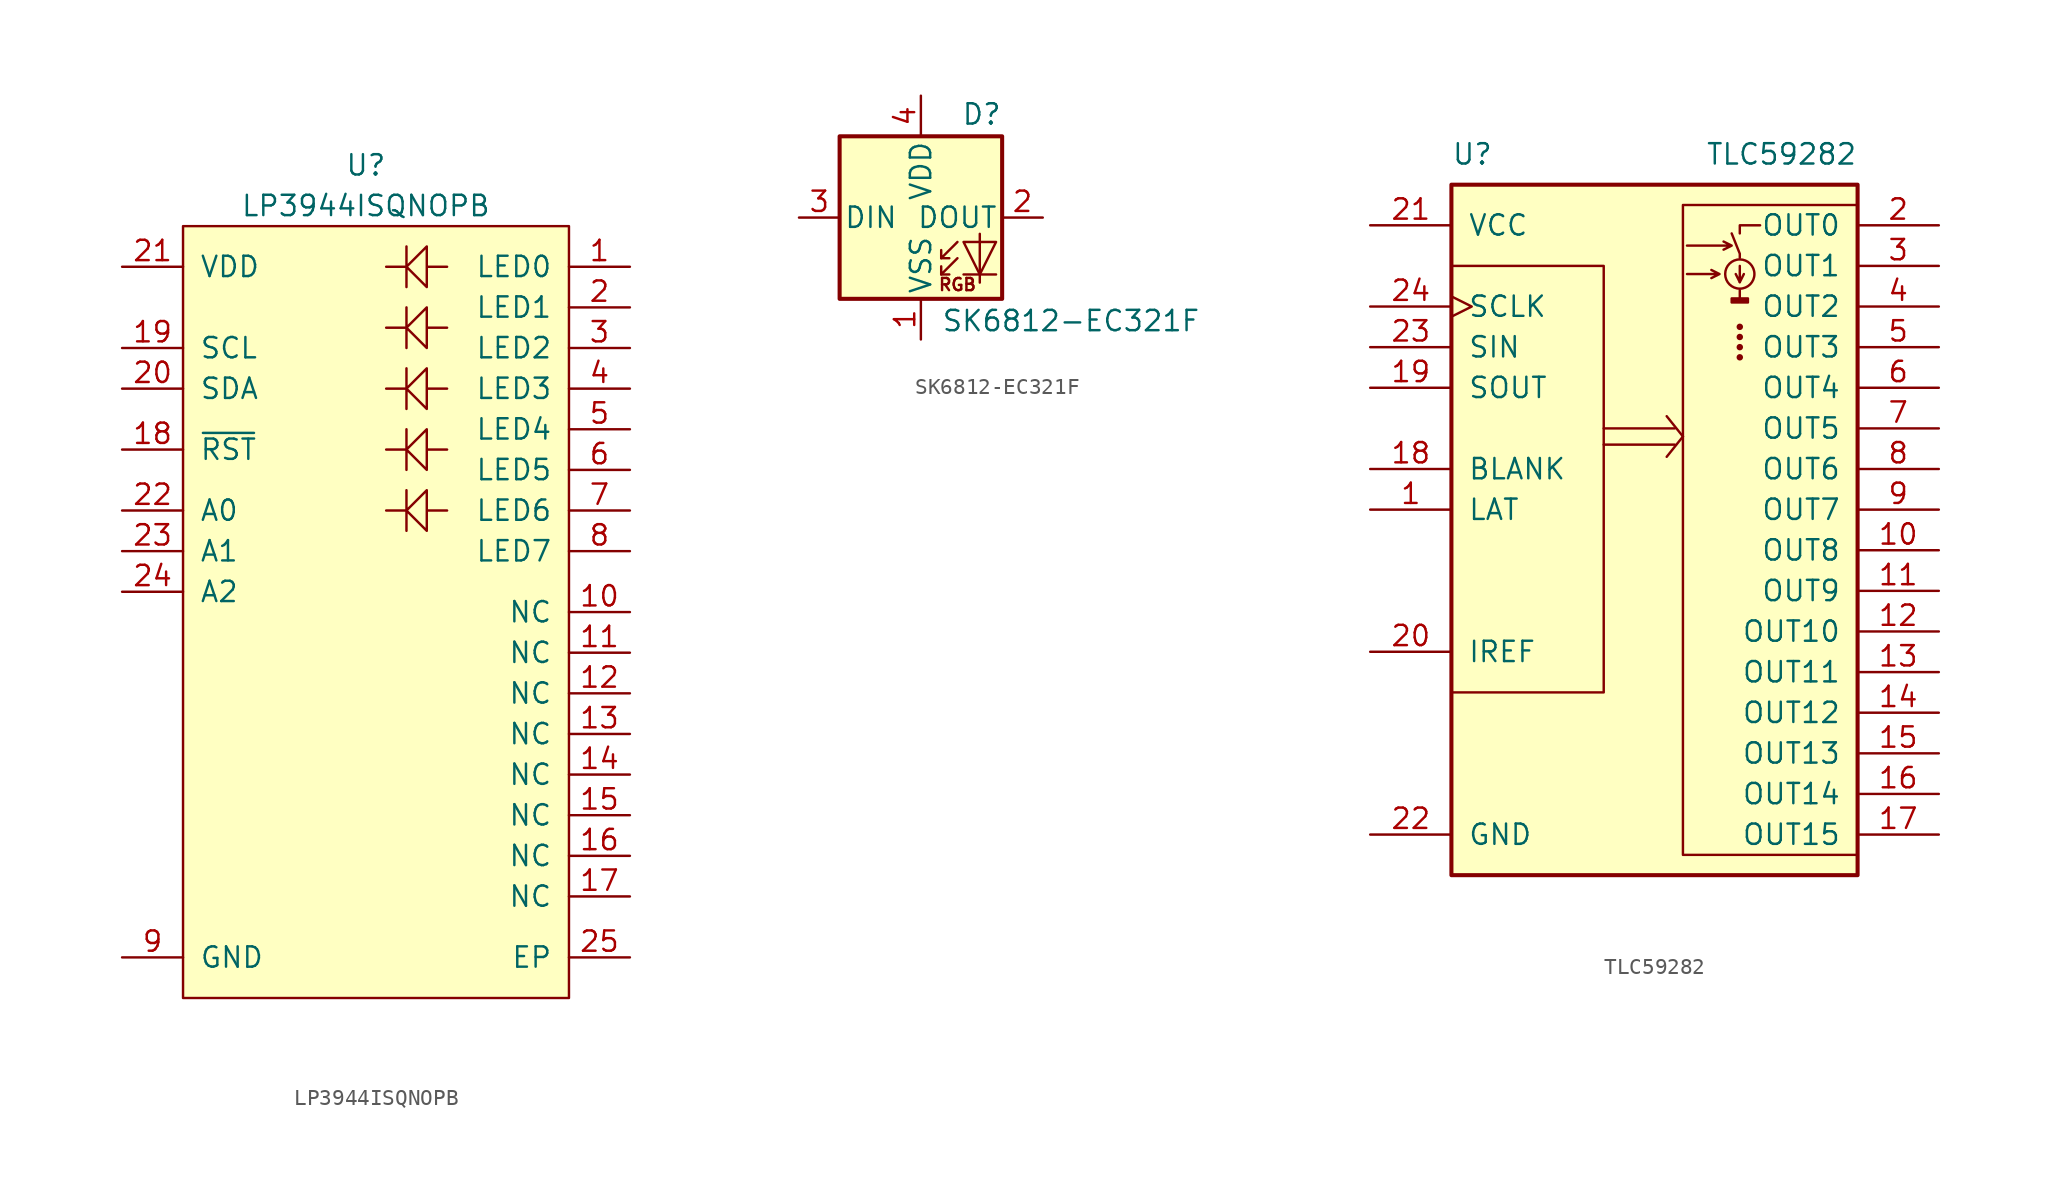
<source format=kicad_sym>
(kicad_symbol_lib
  (version 20211014)
  (generator kicad_symbol_editor)
  (symbol "LP3944ISQNOPB"
    (pin_names
      (offset 1.016))
    (property "Reference" "U"
      (at 0 3.81 0)
      (effects (font (size 1.27 1.27))))
    (property "Value" "LP3944ISQNOPB"
      (at 0 1.27 0)
      (effects (font (size 1.27 1.27))))
    (symbol "LP3944ISQNOPB_0_1"
      (rectangle (start -11.43 0) (end 12.7 -48.26) (stroke (width 0) (type default) (color 0 0 0 0)) (fill (type background)))
      (polyline (pts (xy 5.08 -2.54) (xy 3.81 -2.54) (xy 3.81 -1.27) (xy 3.81 -3.81) (xy 2.54 -2.54) (xy 3.81 -1.27) (xy 2.54 -2.54) (xy 2.54 -1.27) (xy 2.54 -3.81) (xy 2.54 -2.54) (xy 1.27 -2.54)) (stroke (width 0) (type default) (color 0 0 0 0)) (fill (type none))))
    (symbol "LP3944ISQNOPB_1_1"
      (polyline (pts (xy 5.08 -17.78) (xy 3.81 -17.78) (xy 3.81 -16.51) (xy 3.81 -19.05) (xy 2.54 -17.78) (xy 3.81 -16.51) (xy 2.54 -17.78) (xy 2.54 -16.51) (xy 2.54 -19.05) (xy 2.54 -17.78) (xy 1.27 -17.78)) (stroke (width 0) (type default) (color 0 0 0 0)) (fill (type none)))
      (polyline (pts (xy 5.08 -13.97) (xy 3.81 -13.97) (xy 3.81 -12.7) (xy 3.81 -15.24) (xy 2.54 -13.97) (xy 3.81 -12.7) (xy 2.54 -13.97) (xy 2.54 -12.7) (xy 2.54 -15.24) (xy 2.54 -13.97) (xy 1.27 -13.97)) (stroke (width 0) (type default) (color 0 0 0 0)) (fill (type none)))
      (polyline (pts (xy 5.08 -10.16) (xy 3.81 -10.16) (xy 3.81 -8.89) (xy 3.81 -11.43) (xy 2.54 -10.16) (xy 3.81 -8.89) (xy 2.54 -10.16) (xy 2.54 -8.89) (xy 2.54 -11.43) (xy 2.54 -10.16) (xy 1.27 -10.16)) (stroke (width 0) (type default) (color 0 0 0 0)) (fill (type none)))
      (polyline (pts (xy 5.08 -6.35) (xy 3.81 -6.35) (xy 3.81 -5.08) (xy 3.81 -7.62) (xy 2.54 -6.35) (xy 3.81 -5.08) (xy 2.54 -6.35) (xy 2.54 -5.08) (xy 2.54 -7.62) (xy 2.54 -6.35) (xy 1.27 -6.35)) (stroke (width 0) (type default) (color 0 0 0 0)) (fill (type none)))
      (pin passive line (at 16.51 -2.54 180) (length 3.81) (name "LED0" (effects (font (size 1.27 1.27)))) (number "1" (effects (font (size 1.27 1.27)))))
      (pin passive line (at 16.51 -24.13 180) (length 3.81) (name "NC" (effects (font (size 1.27 1.27)))) (number "10" (effects (font (size 1.27 1.27)))))
      (pin passive line (at 16.51 -26.67 180) (length 3.81) (name "NC" (effects (font (size 1.27 1.27)))) (number "11" (effects (font (size 1.27 1.27)))))
      (pin passive line (at 16.51 -29.21 180) (length 3.81) (name "NC" (effects (font (size 1.27 1.27)))) (number "12" (effects (font (size 1.27 1.27)))))
      (pin passive line (at 16.51 -31.75 180) (length 3.81) (name "NC" (effects (font (size 1.27 1.27)))) (number "13" (effects (font (size 1.27 1.27)))))
      (pin passive line (at 16.51 -34.29 180) (length 3.81) (name "NC" (effects (font (size 1.27 1.27)))) (number "14" (effects (font (size 1.27 1.27)))))
      (pin passive line (at 16.51 -36.83 180) (length 3.81) (name "NC" (effects (font (size 1.27 1.27)))) (number "15" (effects (font (size 1.27 1.27)))))
      (pin passive line (at 16.51 -39.37 180) (length 3.81) (name "NC" (effects (font (size 1.27 1.27)))) (number "16" (effects (font (size 1.27 1.27)))))
      (pin passive line (at 16.51 -41.91 180) (length 3.81) (name "NC" (effects (font (size 1.27 1.27)))) (number "17" (effects (font (size 1.27 1.27)))))
      (pin passive line (at -15.24 -13.97 0) (length 3.81) (name "~{RST}" (effects (font (size 1.27 1.27)))) (number "18" (effects (font (size 1.27 1.27)))))
      (pin passive line (at -15.24 -7.62 0) (length 3.81) (name "SCL" (effects (font (size 1.27 1.27)))) (number "19" (effects (font (size 1.27 1.27)))))
      (pin passive line (at 16.51 -5.08 180) (length 3.81) (name "LED1" (effects (font (size 1.27 1.27)))) (number "2" (effects (font (size 1.27 1.27)))))
      (pin passive line (at -15.24 -10.16 0) (length 3.81) (name "SDA" (effects (font (size 1.27 1.27)))) (number "20" (effects (font (size 1.27 1.27)))))
      (pin passive line (at -15.24 -2.54 0) (length 3.81) (name "VDD" (effects (font (size 1.27 1.27)))) (number "21" (effects (font (size 1.27 1.27)))))
      (pin passive line (at -15.24 -17.78 0) (length 3.81) (name "A0" (effects (font (size 1.27 1.27)))) (number "22" (effects (font (size 1.27 1.27)))))
      (pin passive line (at -15.24 -20.32 0) (length 3.81) (name "A1" (effects (font (size 1.27 1.27)))) (number "23" (effects (font (size 1.27 1.27)))))
      (pin passive line (at -15.24 -22.86 0) (length 3.81) (name "A2" (effects (font (size 1.27 1.27)))) (number "24" (effects (font (size 1.27 1.27)))))
      (pin passive line (at 16.51 -45.72 180) (length 3.81) (name "EP" (effects (font (size 1.27 1.27)))) (number "25" (effects (font (size 1.27 1.27)))))
      (pin passive line (at 16.51 -7.62 180) (length 3.81) (name "LED2" (effects (font (size 1.27 1.27)))) (number "3" (effects (font (size 1.27 1.27)))))
      (pin passive line (at 16.51 -10.16 180) (length 3.81) (name "LED3" (effects (font (size 1.27 1.27)))) (number "4" (effects (font (size 1.27 1.27)))))
      (pin passive line (at 16.51 -12.7 180) (length 3.81) (name "LED4" (effects (font (size 1.27 1.27)))) (number "5" (effects (font (size 1.27 1.27)))))
      (pin passive line (at 16.51 -15.24 180) (length 3.81) (name "LED5" (effects (font (size 1.27 1.27)))) (number "6" (effects (font (size 1.27 1.27)))))
      (pin passive line (at 16.51 -17.78 180) (length 3.81) (name "LED6" (effects (font (size 1.27 1.27)))) (number "7" (effects (font (size 1.27 1.27)))))
      (pin passive line (at 16.51 -20.32 180) (length 3.81) (name "LED7" (effects (font (size 1.27 1.27)))) (number "8" (effects (font (size 1.27 1.27)))))
      (pin passive line (at -15.24 -45.72 0) (length 3.81) (name "GND" (effects (font (size 1.27 1.27)))) (number "9" (effects (font (size 1.27 1.27)))))))
  (symbol "SK6812-EC321F"
    (pin_names
      (offset 0.254))
    (property "Reference" "D"
      (at 5.08 5.715 0)
      (effects (font (size 1.27 1.27)) (justify right bottom)))
    (property "Value" "SK6812-EC321F"
      (at 1.27 -5.715 0)
      (effects (font (size 1.27 1.27)) (justify left top)))
    (symbol "SK6812-EC321F_0_0"
      (text "RGB" (at 2.286 -4.191 0) (effects (font (size 0.762 0.762)))))
    (symbol "SK6812-EC321F_0_1"
      (polyline (pts (xy 1.27 -3.556) (xy 1.778 -3.556)) (stroke (width 0) (type default) (color 0 0 0 0)) (fill (type none)))
      (polyline (pts (xy 1.27 -2.54) (xy 1.778 -2.54)) (stroke (width 0) (type default) (color 0 0 0 0)) (fill (type none)))
      (polyline (pts (xy 4.699 -3.556) (xy 2.667 -3.556)) (stroke (width 0) (type default) (color 0 0 0 0)) (fill (type none)))
      (polyline (pts (xy 2.286 -2.54) (xy 1.27 -3.556) (xy 1.27 -3.048)) (stroke (width 0) (type default) (color 0 0 0 0)) (fill (type none)))
      (polyline (pts (xy 2.286 -1.524) (xy 1.27 -2.54) (xy 1.27 -2.032)) (stroke (width 0) (type default) (color 0 0 0 0)) (fill (type none)))
      (polyline (pts (xy 3.683 -1.016) (xy 3.683 -3.556) (xy 3.683 -4.064)) (stroke (width 0) (type default) (color 0 0 0 0)) (fill (type none)))
      (polyline (pts (xy 4.699 -1.524) (xy 2.667 -1.524) (xy 3.683 -3.556) (xy 4.699 -1.524)) (stroke (width 0) (type default) (color 0 0 0 0)) (fill (type none)))
      (rectangle (start 5.08 5.08) (end -5.08 -5.08) (stroke (width 0.254) (type default) (color 0 0 0 0)) (fill (type background))))
    (symbol "SK6812-EC321F_1_1"
      (pin power_in line (at 0 -7.62 90) (length 2.54) (name "VSS" (effects (font (size 1.27 1.27)))) (number "1" (effects (font (size 1.27 1.27)))))
      (pin output line (at 7.62 0 180) (length 2.54) (name "DOUT" (effects (font (size 1.27 1.27)))) (number "2" (effects (font (size 1.27 1.27)))))
      (pin input line (at -7.62 0 0) (length 2.54) (name "DIN" (effects (font (size 1.27 1.27)))) (number "3" (effects (font (size 1.27 1.27)))))
      (pin power_in line (at 0 7.62 270) (length 2.54) (name "VDD" (effects (font (size 1.27 1.27)))) (number "4" (effects (font (size 1.27 1.27)))))))
  (symbol "TLC59282"
    (pin_names
      (offset 1.016))
    (property "Reference" "U"
      (at -12.7 22.225 0)
      (effects (font (size 1.27 1.27)) (justify left)))
    (property "Value" "TLC59282"
      (at 12.7 22.225 0)
      (effects (font (size 1.27 1.27)) (justify right)))
    (symbol "TLC59282_0_1"
      (rectangle (start -12.7 15.24) (end -3.175 -11.43) (stroke (width 0) (type default) (color 0 0 0 0)) (fill (type none)))
      (rectangle (start -12.7 20.32) (end 12.7 -22.86) (stroke (width 0.254) (type default) (color 0 0 0 0)) (fill (type background)))
      (polyline (pts (xy -3.175 5.08) (xy 1.27 5.08)) (stroke (width 0) (type default) (color 0 0 0 0)) (fill (type none)))
      (polyline (pts (xy 1.27 4.064) (xy -3.175 4.064)) (stroke (width 0) (type default) (color 0 0 0 0)) (fill (type none)))
      (polyline (pts (xy 1.778 4.572) (xy 0.762 3.302)) (stroke (width 0) (type default) (color 0 0 0 0)) (fill (type none)))
      (polyline (pts (xy 1.778 4.572) (xy 0.762 5.842)) (stroke (width 0) (type default) (color 0 0 0 0)) (fill (type none)))
      (polyline (pts (xy 5.334 13.716) (xy 5.334 13.208)) (stroke (width 0) (type default) (color 0 0 0 0)) (fill (type none)))
      (polyline (pts (xy 5.334 14.224) (xy 5.588 14.732)) (stroke (width 0) (type default) (color 0 0 0 0)) (fill (type none)))
      (polyline (pts (xy 5.334 15.24) (xy 5.334 14.224) (xy 5.08 14.732)) (stroke (width 0) (type default) (color 0 0 0 0)) (fill (type none)))
      (polyline (pts (xy 5.334 15.748) (xy 5.334 16.002) (xy 4.826 17.272)) (stroke (width 0) (type default) (color 0 0 0 0)) (fill (type none)))
      (polyline (pts (xy 5.334 17.272) (xy 5.334 17.78) (xy 6.604 17.78)) (stroke (width 0) (type default) (color 0 0 0 0)) (fill (type none)))
      (polyline (pts (xy 2.032 14.732) (xy 4.064 14.732) (xy 3.556 14.986) (xy 4.064 14.732) (xy 3.556 14.478)) (stroke (width 0) (type default) (color 0 0 0 0)) (fill (type none)))
      (polyline (pts (xy 2.032 16.51) (xy 4.826 16.51) (xy 4.318 16.764) (xy 4.826 16.51) (xy 4.318 16.256)) (stroke (width 0) (type default) (color 0 0 0 0)) (fill (type none)))
      (rectangle (start 1.778 19.05) (end 12.7 -21.59) (stroke (width 0) (type default) (color 0 0 0 0)) (fill (type none)))
      (rectangle (start 4.826 13.208) (end 5.842 12.954) (stroke (width 0) (type default) (color 0 0 0 0)) (fill (type outline)))
      (circle (center 5.334 9.525) (radius 0.127) (stroke (width 0) (type default) (color 0 0 0 0)) (fill (type outline)))
      (circle (center 5.334 10.16) (radius 0.127) (stroke (width 0) (type default) (color 0 0 0 0)) (fill (type outline)))
      (circle (center 5.334 10.795) (radius 0.127) (stroke (width 0) (type default) (color 0 0 0 0)) (fill (type outline)))
      (circle (center 5.334 11.43) (radius 0.127) (stroke (width 0) (type default) (color 0 0 0 0)) (fill (type outline)))
      (circle (center 5.334 14.732) (radius 0.914) (stroke (width 0) (type default) (color 0 0 0 0)) (fill (type none))))
    (symbol "TLC59282_1_1"
      (pin input line (at -17.78 0 0) (length 5.08) (name "LAT" (effects (font (size 1.27 1.27)))) (number "1" (effects (font (size 1.27 1.27)))))
      (pin open_collector line (at 17.78 -2.54 180) (length 5.08) (name "OUT8" (effects (font (size 1.27 1.27)))) (number "10" (effects (font (size 1.27 1.27)))))
      (pin open_collector line (at 17.78 -5.08 180) (length 5.08) (name "OUT9" (effects (font (size 1.27 1.27)))) (number "11" (effects (font (size 1.27 1.27)))))
      (pin open_collector line (at 17.78 -7.62 180) (length 5.08) (name "OUT10" (effects (font (size 1.27 1.27)))) (number "12" (effects (font (size 1.27 1.27)))))
      (pin open_collector line (at 17.78 -10.16 180) (length 5.08) (name "OUT11" (effects (font (size 1.27 1.27)))) (number "13" (effects (font (size 1.27 1.27)))))
      (pin open_collector line (at 17.78 -12.7 180) (length 5.08) (name "OUT12" (effects (font (size 1.27 1.27)))) (number "14" (effects (font (size 1.27 1.27)))))
      (pin open_collector line (at 17.78 -15.24 180) (length 5.08) (name "OUT13" (effects (font (size 1.27 1.27)))) (number "15" (effects (font (size 1.27 1.27)))))
      (pin open_collector line (at 17.78 -17.78 180) (length 5.08) (name "OUT14" (effects (font (size 1.27 1.27)))) (number "16" (effects (font (size 1.27 1.27)))))
      (pin open_collector line (at 17.78 -20.32 180) (length 5.08) (name "OUT15" (effects (font (size 1.27 1.27)))) (number "17" (effects (font (size 1.27 1.27)))))
      (pin input line (at -17.78 2.54 0) (length 5.08) (name "BLANK" (effects (font (size 1.27 1.27)))) (number "18" (effects (font (size 1.27 1.27)))))
      (pin output line (at -17.78 7.62 0) (length 5.08) (name "SOUT" (effects (font (size 1.27 1.27)))) (number "19" (effects (font (size 1.27 1.27)))))
      (pin open_collector line (at 17.78 17.78 180) (length 5.08) (name "OUT0" (effects (font (size 1.27 1.27)))) (number "2" (effects (font (size 1.27 1.27)))))
      (pin input line (at -17.78 -8.89 0) (length 5.08) (name "IREF" (effects (font (size 1.27 1.27)))) (number "20" (effects (font (size 1.27 1.27)))))
      (pin power_in line (at -17.78 17.78 0) (length 5.08) (name "VCC" (effects (font (size 1.27 1.27)))) (number "21" (effects (font (size 1.27 1.27)))))
      (pin power_in line (at -17.78 -20.32 0) (length 5.08) (name "GND" (effects (font (size 1.27 1.27)))) (number "22" (effects (font (size 1.27 1.27)))))
      (pin input line (at -17.78 10.16 0) (length 5.08) (name "SIN" (effects (font (size 1.27 1.27)))) (number "23" (effects (font (size 1.27 1.27)))))
      (pin input clock (at -17.78 12.7 0) (length 5.08) (name "SCLK" (effects (font (size 1.27 1.27)))) (number "24" (effects (font (size 1.27 1.27)))))
      (pin power_in line (at -17.78 -20.32 0) (length 5.08) hide (name "EP" (effects (font (size 1.27 1.27)))) (number "25" (effects (font (size 1.27 1.27)))))
      (pin open_collector line (at 17.78 15.24 180) (length 5.08) (name "OUT1" (effects (font (size 1.27 1.27)))) (number "3" (effects (font (size 1.27 1.27)))))
      (pin open_collector line (at 17.78 12.7 180) (length 5.08) (name "OUT2" (effects (font (size 1.27 1.27)))) (number "4" (effects (font (size 1.27 1.27)))))
      (pin open_collector line (at 17.78 10.16 180) (length 5.08) (name "OUT3" (effects (font (size 1.27 1.27)))) (number "5" (effects (font (size 1.27 1.27)))))
      (pin open_collector line (at 17.78 7.62 180) (length 5.08) (name "OUT4" (effects (font (size 1.27 1.27)))) (number "6" (effects (font (size 1.27 1.27)))))
      (pin open_collector line (at 17.78 5.08 180) (length 5.08) (name "OUT5" (effects (font (size 1.27 1.27)))) (number "7" (effects (font (size 1.27 1.27)))))
      (pin open_collector line (at 17.78 2.54 180) (length 5.08) (name "OUT6" (effects (font (size 1.27 1.27)))) (number "8" (effects (font (size 1.27 1.27)))))
      (pin open_collector line (at 17.78 0 180) (length 5.08) (name "OUT7" (effects (font (size 1.27 1.27)))) (number "9" (effects (font (size 1.27 1.27))))))))
</source>
